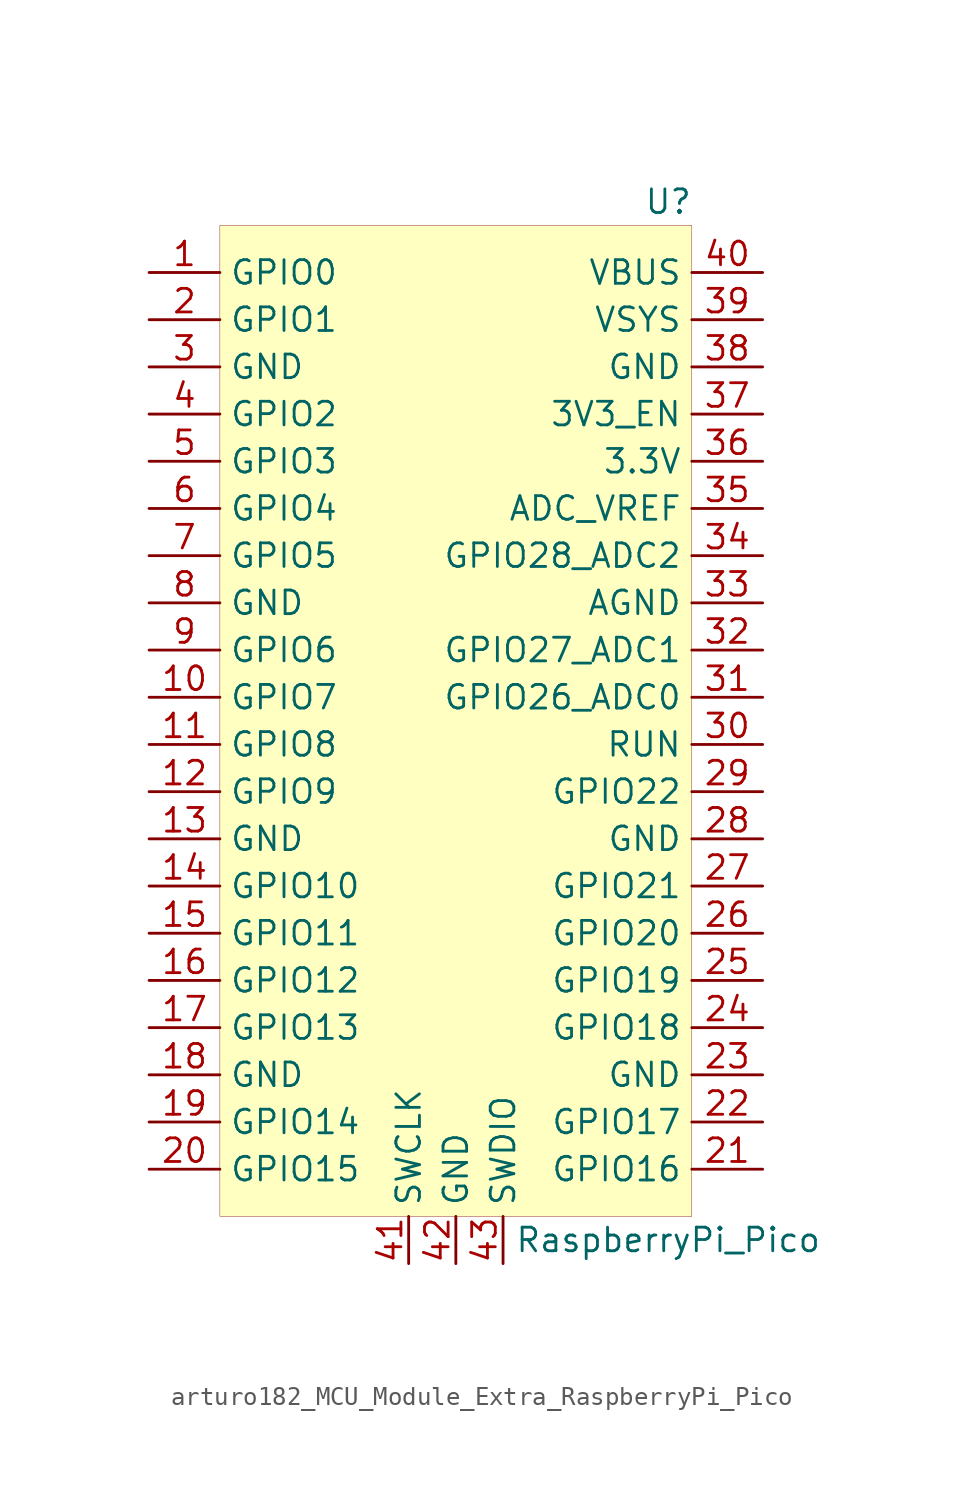
<source format=kicad_sym>
(kicad_symbol_lib
  (version 20220914)
  (generator kicad_symbol_editor)
  (symbol "MCU_Module_Extra:arturo182_MCU_Module_Extra_RaspberryPi_Pico"
    (property "Reference" "U"
      (at 11.43 26.67 0)
      (effects (font (size 1.27 1.27))))
    (property "Value" "RaspberryPi_Pico"
      (at 11.43 -29.21 0)
      (effects (font (size 1.27 1.27))))
    (symbol "arturo182_MCU_Module_Extra_RaspberryPi_Pico_0_0"
      (pin input line (at -2.54 -30.48 90) (length 2.54) (name "SWCLK" (effects (font (size 1.27 1.27)))) (number "41" (effects (font (size 1.27 1.27)))))
      (pin power_in line (at 0 -30.48 90) (length 2.54) (name "GND" (effects (font (size 1.27 1.27)))) (number "42" (effects (font (size 1.27 1.27)))))
      (pin bidirectional line (at 2.54 -30.48 90) (length 2.54) (name "SWDIO" (effects (font (size 1.27 1.27)))) (number "43" (effects (font (size 1.27 1.27))))))
    (symbol "arturo182_MCU_Module_Extra_RaspberryPi_Pico_0_1"
      (rectangle (start -12.7 25.4) (end 12.7 -27.94) (stroke (width 0.001)) (fill (type background))))
    (symbol "arturo182_MCU_Module_Extra_RaspberryPi_Pico_1_1"
      (pin bidirectional line (at -16.51 22.86 0) (length 3.81) (name "GPIO0" (effects (font (size 1.27 1.27)))) (number "1" (effects (font (size 1.27 1.27)))))
      (pin bidirectional line (at -16.51 20.32 0) (length 3.81) (name "GPIO1" (effects (font (size 1.27 1.27)))) (number "2" (effects (font (size 1.27 1.27)))))
      (pin power_in line (at -16.51 17.78 0) (length 3.81) (name "GND" (effects (font (size 1.27 1.27)))) (number "3" (effects (font (size 1.27 1.27)))))
      (pin bidirectional line (at -16.51 15.24 0) (length 3.81) (name "GPIO2" (effects (font (size 1.27 1.27)))) (number "4" (effects (font (size 1.27 1.27)))))
      (pin bidirectional line (at -16.51 12.7 0) (length 3.81) (name "GPIO3" (effects (font (size 1.27 1.27)))) (number "5" (effects (font (size 1.27 1.27)))))
      (pin bidirectional line (at -16.51 10.16 0) (length 3.81) (name "GPIO4" (effects (font (size 1.27 1.27)))) (number "6" (effects (font (size 1.27 1.27)))))
      (pin bidirectional line (at -16.51 7.62 0) (length 3.81) (name "GPIO5" (effects (font (size 1.27 1.27)))) (number "7" (effects (font (size 1.27 1.27)))))
      (pin power_in line (at -16.51 5.08 0) (length 3.81) (name "GND" (effects (font (size 1.27 1.27)))) (number "8" (effects (font (size 1.27 1.27)))))
      (pin bidirectional line (at -16.51 2.54 0) (length 3.81) (name "GPIO6" (effects (font (size 1.27 1.27)))) (number "9" (effects (font (size 1.27 1.27)))))
      (pin bidirectional line (at -16.51 0 0) (length 3.81) (name "GPIO7" (effects (font (size 1.27 1.27)))) (number "10" (effects (font (size 1.27 1.27)))))
      (pin bidirectional line (at -16.51 -2.54 0) (length 3.81) (name "GPIO8" (effects (font (size 1.27 1.27)))) (number "11" (effects (font (size 1.27 1.27)))))
      (pin bidirectional line (at -16.51 -5.08 0) (length 3.81) (name "GPIO9" (effects (font (size 1.27 1.27)))) (number "12" (effects (font (size 1.27 1.27)))))
      (pin power_in line (at -16.51 -7.62 0) (length 3.81) (name "GND" (effects (font (size 1.27 1.27)))) (number "13" (effects (font (size 1.27 1.27)))))
      (pin bidirectional line (at -16.51 -10.16 0) (length 3.81) (name "GPIO10" (effects (font (size 1.27 1.27)))) (number "14" (effects (font (size 1.27 1.27)))))
      (pin bidirectional line (at -16.51 -12.7 0) (length 3.81) (name "GPIO11" (effects (font (size 1.27 1.27)))) (number "15" (effects (font (size 1.27 1.27)))))
      (pin bidirectional line (at -16.51 -15.24 0) (length 3.81) (name "GPIO12" (effects (font (size 1.27 1.27)))) (number "16" (effects (font (size 1.27 1.27)))))
      (pin bidirectional line (at -16.51 -17.78 0) (length 3.81) (name "GPIO13" (effects (font (size 1.27 1.27)))) (number "17" (effects (font (size 1.27 1.27)))))
      (pin power_in line (at -16.51 -20.32 0) (length 3.81) (name "GND" (effects (font (size 1.27 1.27)))) (number "18" (effects (font (size 1.27 1.27)))))
      (pin bidirectional line (at -16.51 -22.86 0) (length 3.81) (name "GPIO14" (effects (font (size 1.27 1.27)))) (number "19" (effects (font (size 1.27 1.27)))))
      (pin bidirectional line (at -16.51 -25.4 0) (length 3.81) (name "GPIO15" (effects (font (size 1.27 1.27)))) (number "20" (effects (font (size 1.27 1.27)))))
      (pin power_in line (at 16.51 17.78 180) (length 3.81) (name "GND" (effects (font (size 1.27 1.27)))) (number "38" (effects (font (size 1.27 1.27)))))
      (pin power_in line (at 16.51 5.08 180) (length 3.81) (name "AGND" (effects (font (size 1.27 1.27)))) (number "33" (effects (font (size 1.27 1.27)))))
      (pin power_in line (at 16.51 -7.62 180) (length 3.81) (name "GND" (effects (font (size 1.27 1.27)))) (number "28" (effects (font (size 1.27 1.27)))))
      (pin power_in line (at 16.51 -20.32 180) (length 3.81) (name "GND" (effects (font (size 1.27 1.27)))) (number "23" (effects (font (size 1.27 1.27)))))
      (pin bidirectional line (at 16.51 -25.4 180) (length 3.81) (name "GPIO16" (effects (font (size 1.27 1.27)))) (number "21" (effects (font (size 1.27 1.27)))))
      (pin bidirectional line (at 16.51 -22.86 180) (length 3.81) (name "GPIO17" (effects (font (size 1.27 1.27)))) (number "22" (effects (font (size 1.27 1.27)))))
      (pin bidirectional line (at 16.51 -17.78 180) (length 3.81) (name "GPIO18" (effects (font (size 1.27 1.27)))) (number "24" (effects (font (size 1.27 1.27)))))
      (pin bidirectional line (at 16.51 -15.24 180) (length 3.81) (name "GPIO19" (effects (font (size 1.27 1.27)))) (number "25" (effects (font (size 1.27 1.27)))))
      (pin bidirectional line (at 16.51 -12.7 180) (length 3.81) (name "GPIO20" (effects (font (size 1.27 1.27)))) (number "26" (effects (font (size 1.27 1.27)))))
      (pin bidirectional line (at 16.51 -10.16 180) (length 3.81) (name "GPIO21" (effects (font (size 1.27 1.27)))) (number "27" (effects (font (size 1.27 1.27)))))
      (pin bidirectional line (at 16.51 -5.08 180) (length 3.81) (name "GPIO22" (effects (font (size 1.27 1.27)))) (number "29" (effects (font (size 1.27 1.27)))))
      (pin bidirectional line (at 16.51 0 180) (length 3.81) (name "GPIO26_ADC0" (effects (font (size 1.27 1.27)))) (number "31" (effects (font (size 1.27 1.27)))))
      (pin bidirectional line (at 16.51 2.54 180) (length 3.81) (name "GPIO27_ADC1" (effects (font (size 1.27 1.27)))) (number "32" (effects (font (size 1.27 1.27)))))
      (pin bidirectional line (at 16.51 7.62 180) (length 3.81) (name "GPIO28_ADC2" (effects (font (size 1.27 1.27)))) (number "34" (effects (font (size 1.27 1.27)))))
      (pin input line (at 16.51 -2.54 180) (length 3.81) (name "RUN" (effects (font (size 1.27 1.27)))) (number "30" (effects (font (size 1.27 1.27)))))
      (pin bidirectional line (at 16.51 10.16 180) (length 3.81) (name "ADC_VREF" (effects (font (size 1.27 1.27)))) (number "35" (effects (font (size 1.27 1.27)))))
      (pin power_out line (at 16.51 12.7 180) (length 3.81) (name "3.3V" (effects (font (size 1.27 1.27)))) (number "36" (effects (font (size 1.27 1.27)))))
      (pin input line (at 16.51 15.24 180) (length 3.81) (name "3V3_EN" (effects (font (size 1.27 1.27)))) (number "37" (effects (font (size 1.27 1.27)))))
      (pin power_in line (at 16.51 20.32 180) (length 3.81) (name "VSYS" (effects (font (size 1.27 1.27)))) (number "39" (effects (font (size 1.27 1.27)))))
      (pin power_out line (at 16.51 22.86 180) (length 3.81) (name "VBUS" (effects (font (size 1.27 1.27)))) (number "40" (effects (font (size 1.27 1.27))))))))
</source>
